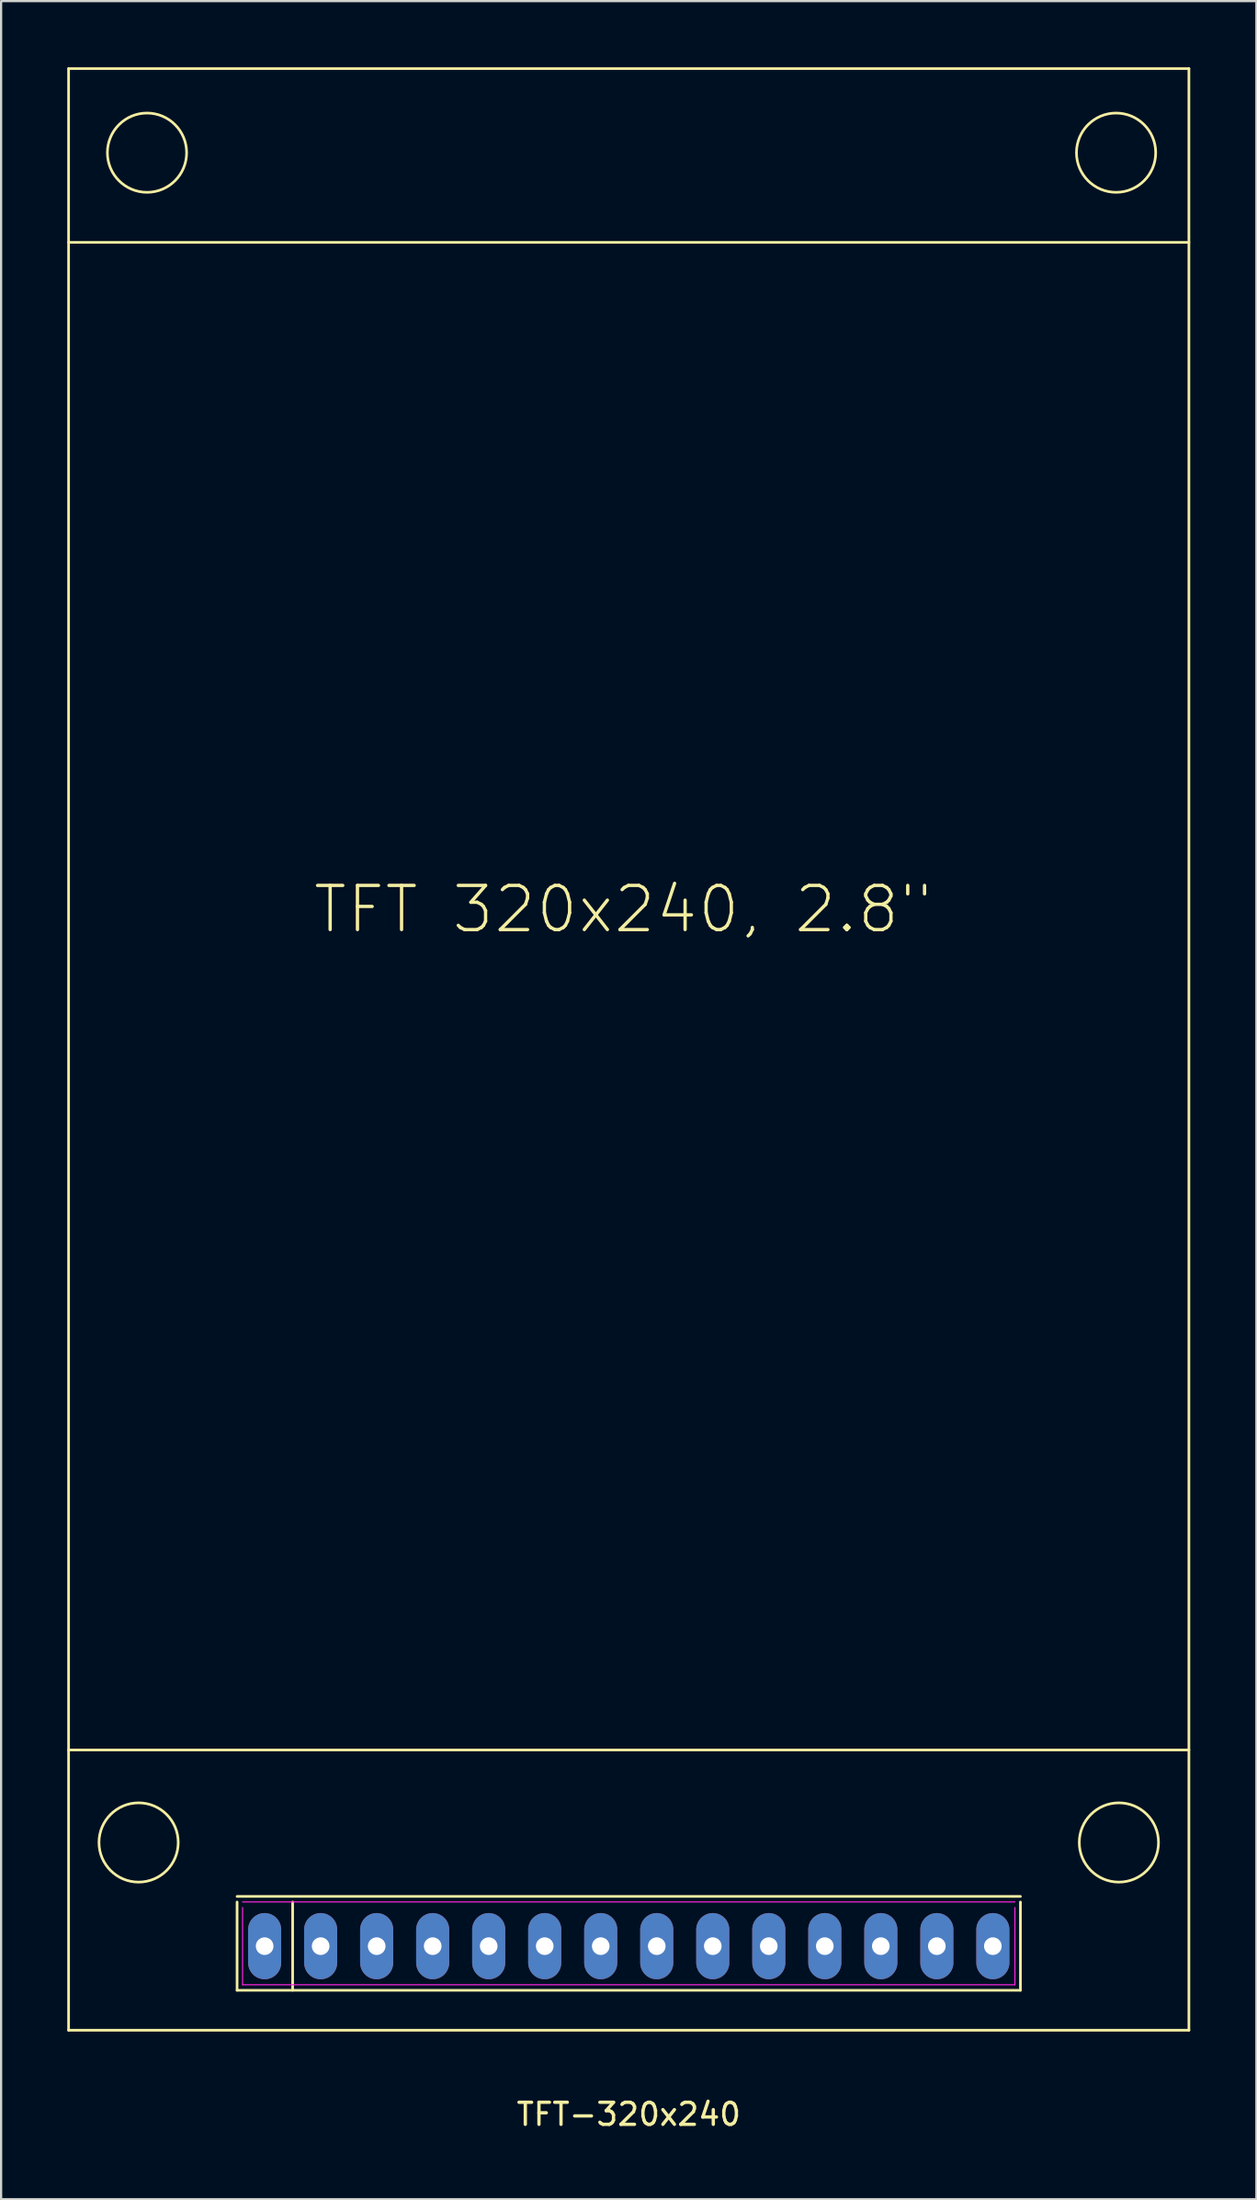
<source format=kicad_pcb>
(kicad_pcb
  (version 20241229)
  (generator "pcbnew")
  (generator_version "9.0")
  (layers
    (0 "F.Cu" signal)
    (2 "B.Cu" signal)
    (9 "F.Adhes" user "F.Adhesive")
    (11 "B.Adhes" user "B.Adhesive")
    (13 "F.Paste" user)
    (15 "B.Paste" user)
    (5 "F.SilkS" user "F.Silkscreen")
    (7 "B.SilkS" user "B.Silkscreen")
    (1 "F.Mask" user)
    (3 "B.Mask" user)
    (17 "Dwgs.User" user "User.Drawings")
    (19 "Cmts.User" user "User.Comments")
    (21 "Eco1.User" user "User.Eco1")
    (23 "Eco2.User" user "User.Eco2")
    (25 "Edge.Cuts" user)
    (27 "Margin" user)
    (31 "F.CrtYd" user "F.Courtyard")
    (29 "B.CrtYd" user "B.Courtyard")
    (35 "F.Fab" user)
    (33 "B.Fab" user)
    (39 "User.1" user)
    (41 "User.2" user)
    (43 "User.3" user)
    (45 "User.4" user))
  (footprint "TFT-320x240"
    (layer "F.Cu")
    (at 25.46 85.15)
    (property "Reference" "TFT-320x240" (at 0 7.62 0) (layer "F.SilkS") (effects (font (size 1 1) (thickness 0.15))))
    (attr through_hole)
    (fp_line (start -25.4 -85.09) (end -25.4 3.81) (stroke (width 0.12) (type solid)) (layer "F.SilkS"))
    (fp_line (start -25.4 -77.216) (end 25.4 -77.216) (stroke (width 0.12) (type solid)) (layer "F.SilkS"))
    (fp_line (start -25.4 -8.89) (end 25.4 -8.89) (stroke (width 0.12) (type solid)) (layer "F.SilkS"))
    (fp_line (start -25.4 3.81) (end 25.4 3.81) (stroke (width 0.12) (type solid)) (layer "F.SilkS"))
    (fp_line (start -17.76 -2.254) (end 17.76 -2.254) (stroke (width 0.12) (type solid)) (layer "F.SilkS"))
    (fp_line (start -17.76 2) (end -17.76 -2) (stroke (width 0.12) (type solid)) (layer "F.SilkS"))
    (fp_line (start -15.24 -2) (end -15.24 2) (stroke (width 0.12) (type solid)) (layer "F.SilkS"))
    (fp_line (start 17.76 -2) (end 17.76 2) (stroke (width 0.12) (type solid)) (layer "F.SilkS"))
    (fp_line (start 17.76 2) (end -17.76 2) (stroke (width 0.12) (type solid)) (layer "F.SilkS"))
    (fp_line (start 25.4 -85.09) (end -25.4 -85.09) (stroke (width 0.12) (type solid)) (layer "F.SilkS"))
    (fp_line (start 25.4 3.81) (end 25.4 -85.09) (stroke (width 0.12) (type solid)) (layer "F.SilkS"))
    (fp_circle (center -22.225 -4.699) (end -23.495 -3.429) (stroke (width 0.12) (type solid)) (fill no) (layer "F.SilkS"))
    (fp_circle (center -21.844 -81.28) (end -23.114 -82.55) (stroke (width 0.12) (type solid)) (fill no) (layer "F.SilkS"))
    (fp_circle (center 22.098 -81.28) (end 20.828 -80.01) (stroke (width 0.12) (type solid)) (fill no) (layer "F.SilkS"))
    (fp_circle (center 22.225 -4.699) (end 20.955 -3.429) (stroke (width 0.12) (type solid)) (fill no) (layer "F.SilkS"))
    (fp_line (start -17.51 -2.004) (end 17.51 -2.004) (stroke (width 0.05) (type solid)) (layer "F.CrtYd"))
    (fp_line (start -17.51 1.75) (end -17.51 -1.75) (stroke (width 0.05) (type solid)) (layer "F.CrtYd"))
    (fp_line (start 17.51 -1.75) (end 17.51 1.75) (stroke (width 0.05) (type solid)) (layer "F.CrtYd"))
    (fp_line (start 17.51 1.75) (end -17.51 1.75) (stroke (width 0.05) (type solid)) (layer "F.CrtYd"))
    (fp_text user "TFT 320x240, 2.8\"" (at -0.254 -46.99 0) (layer "F.SilkS") (effects (font (size 2 2) (thickness 0.15))))
    (pad "1" thru_hole oval (at -16.51 0) (size 1.5 3) (drill 0.8) (layers "*.Cu" "*.Mask"))
    (pad "2" thru_hole oval (at -13.97 0) (size 1.5 3) (drill 0.8) (layers "*.Cu" "*.Mask"))
    (pad "3" thru_hole oval (at -11.43 0) (size 1.5 3) (drill 0.8) (layers "*.Cu" "*.Mask"))
    (pad "4" thru_hole oval (at -8.89 0) (size 1.5 3) (drill 0.8) (layers "*.Cu" "*.Mask"))
    (pad "5" thru_hole oval (at -6.35 0) (size 1.5 3) (drill 0.8) (layers "*.Cu" "*.Mask"))
    (pad "6" thru_hole oval (at -3.81 0) (size 1.5 3) (drill 0.8) (layers "*.Cu" "*.Mask"))
    (pad "7" thru_hole oval (at -1.27 0) (size 1.5 3) (drill 0.8) (layers "*.Cu" "*.Mask"))
    (pad "8" thru_hole oval (at 1.27 0) (size 1.5 3) (drill 0.8) (layers "*.Cu" "*.Mask"))
    (pad "9" thru_hole oval (at 3.81 0) (size 1.5 3) (drill 0.8) (layers "*.Cu" "*.Mask"))
    (pad "10" thru_hole oval (at 6.35 0) (size 1.5 3) (drill 0.8) (layers "*.Cu" "*.Mask"))
    (pad "11" thru_hole oval (at 8.89 0) (size 1.5 3) (drill 0.8) (layers "*.Cu" "*.Mask"))
    (pad "12" thru_hole oval (at 11.43 0) (size 1.5 3) (drill 0.8) (layers "*.Cu" "*.Mask"))
    (pad "13" thru_hole oval (at 13.97 0) (size 1.5 3) (drill 0.8) (layers "*.Cu" "*.Mask"))
    (pad "14" thru_hole oval (at 16.51 0) (size 1.5 3) (drill 0.8) (layers "*.Cu" "*.Mask")))
  (gr_rect
    (start -3 -3)
    (end 53.92 96.618)
    (stroke (width 0.1) (type default))
    (fill no)
    (layer "Edge.Cuts")))
</source>
